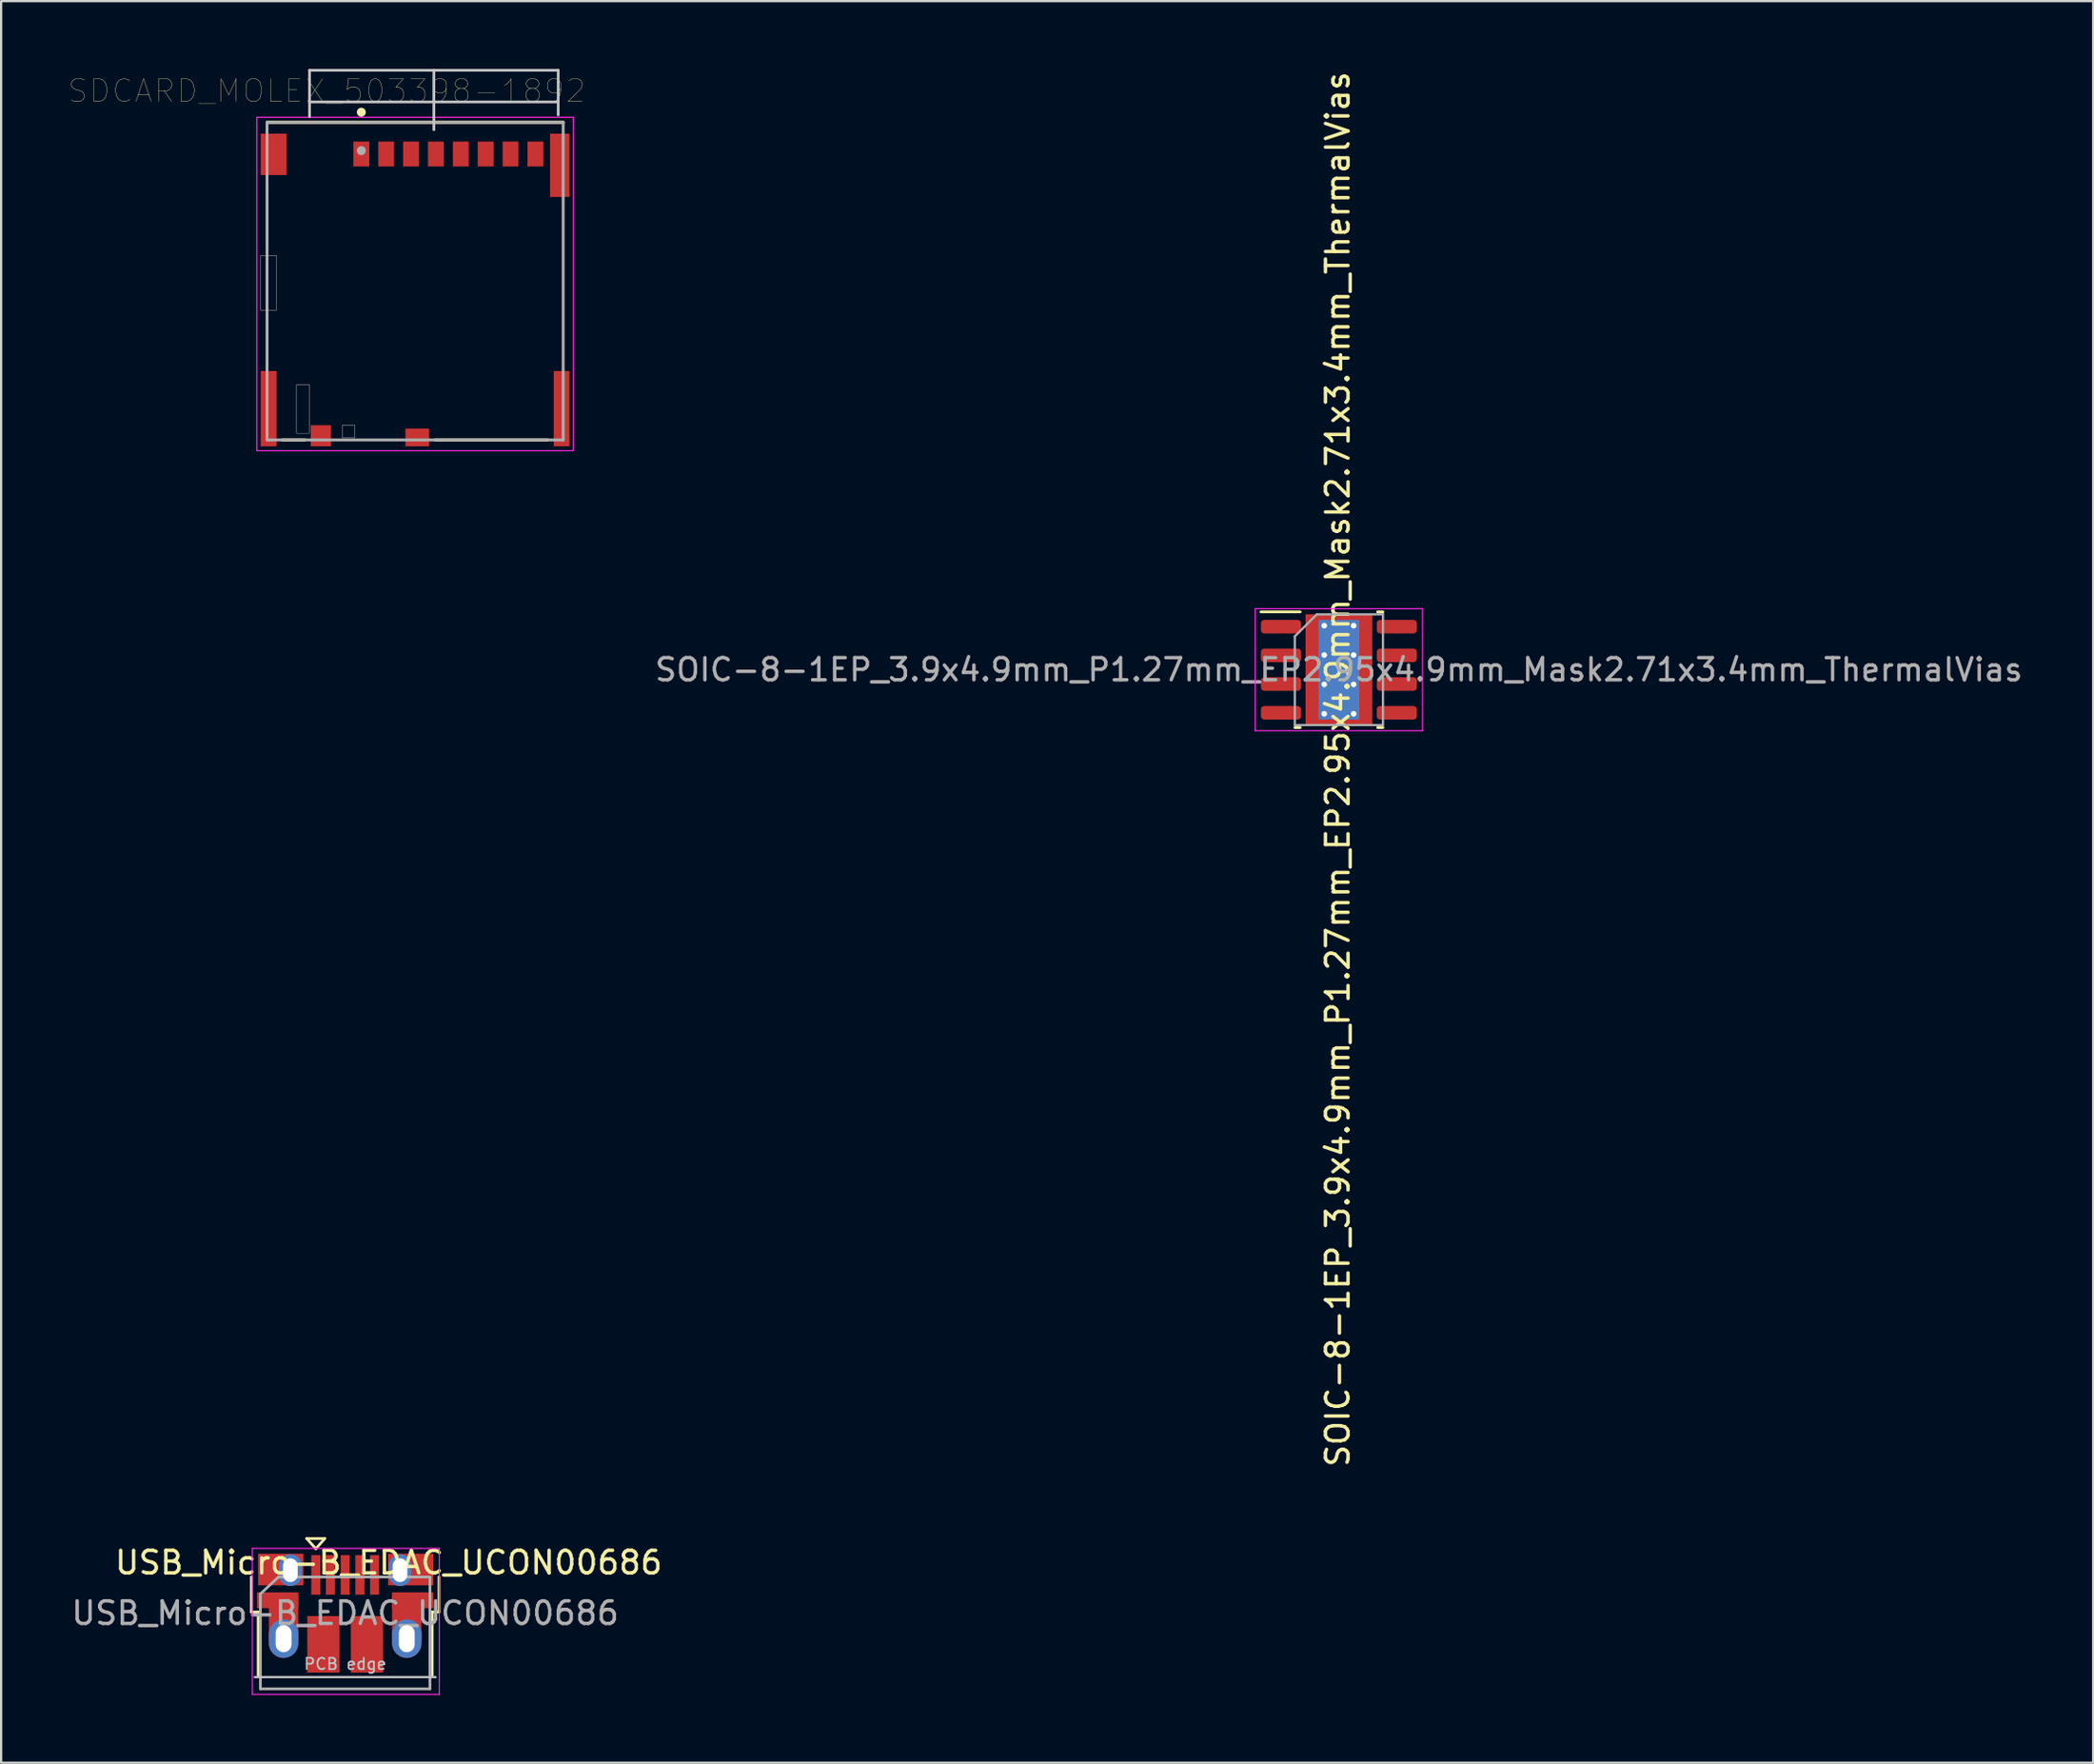
<source format=kicad_pcb>
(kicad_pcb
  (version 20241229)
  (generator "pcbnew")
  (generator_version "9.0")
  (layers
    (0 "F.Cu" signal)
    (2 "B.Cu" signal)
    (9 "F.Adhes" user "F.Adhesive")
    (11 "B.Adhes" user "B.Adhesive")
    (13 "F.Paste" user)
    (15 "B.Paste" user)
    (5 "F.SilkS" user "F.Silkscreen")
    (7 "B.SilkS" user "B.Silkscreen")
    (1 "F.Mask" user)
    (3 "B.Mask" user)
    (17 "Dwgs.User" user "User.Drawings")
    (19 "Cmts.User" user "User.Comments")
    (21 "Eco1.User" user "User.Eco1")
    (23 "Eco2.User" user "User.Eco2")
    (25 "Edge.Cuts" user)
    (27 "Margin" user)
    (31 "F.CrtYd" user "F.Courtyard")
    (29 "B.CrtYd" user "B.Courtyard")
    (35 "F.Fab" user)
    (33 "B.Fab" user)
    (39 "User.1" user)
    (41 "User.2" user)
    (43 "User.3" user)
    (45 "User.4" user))
  (footprint "USB_Micro-B_EDAC_UCON00686"
    (layer "F.Cu")
    (at 12.22 69.454)
    (property "Reference" "USB_Micro-B_EDAC_UCON00686" (at 1.925 -3.365 0) (layer "F.SilkS") (effects (font (size 1 1) (thickness 0.15))))
    (attr smd)
    (fp_line (start -4.15 -1.18) (end -4.15 -2.73) (stroke (width 0.12) (type solid)) (layer "F.SilkS"))
    (fp_line (start -4.15 -1.18) (end -3.85 -1.18) (stroke (width 0.12) (type solid)) (layer "F.SilkS"))
    (fp_line (start -3.85 1.62) (end -3.85 -1.18) (stroke (width 0.12) (type solid)) (layer "F.SilkS"))
    (fp_line (start -1.7 -4.43) (end -0.9 -4.43) (stroke (width 0.12) (type solid)) (layer "F.SilkS"))
    (fp_line (start -1.3 -3.98) (end -1.7 -4.43) (stroke (width 0.12) (type solid)) (layer "F.SilkS"))
    (fp_line (start -0.9 -4.43) (end -1.3 -3.98) (stroke (width 0.12) (type solid)) (layer "F.SilkS"))
    (fp_line (start 3.85 -1.18) (end 4.15 -1.18) (stroke (width 0.12) (type solid)) (layer "F.SilkS"))
    (fp_line (start 3.85 1.62) (end 3.85 -1.18) (stroke (width 0.12) (type solid)) (layer "F.SilkS"))
    (fp_line (start 4.15 -1.18) (end 4.15 -2.73) (stroke (width 0.12) (type solid)) (layer "F.SilkS"))
    (fp_line (start -4 1.7) (end 4 1.7) (stroke (width 0.1) (type solid)) (layer "Dwgs.User"))
    (fp_line (start -4.105 -3.995) (end -4.105 2.465) (stroke (width 0.05) (type solid)) (layer "F.CrtYd"))
    (fp_line (start -4.105 -3.995) (end 4.165 -3.995) (stroke (width 0.05) (type solid)) (layer "F.CrtYd"))
    (fp_line (start 4.165 2.465) (end -4.105 2.465) (stroke (width 0.05) (type solid)) (layer "F.CrtYd"))
    (fp_line (start 4.165 2.465) (end 4.165 -3.995) (stroke (width 0.05) (type solid)) (layer "F.CrtYd"))
    (fp_line (start -3.75 -1.98) (end -2.95 -2.73) (stroke (width 0.12) (type solid)) (layer "F.Fab"))
    (fp_line (start -3.75 2.22) (end -3.75 -1.98) (stroke (width 0.12) (type solid)) (layer "F.Fab"))
    (fp_line (start -2.95 -2.73) (end 3.75 -2.73) (stroke (width 0.12) (type solid)) (layer "F.Fab"))
    (fp_line (start 3.75 -2.73) (end 3.75 2.22) (stroke (width 0.12) (type solid)) (layer "F.Fab"))
    (fp_line (start 3.75 2.22) (end -3.75 2.22) (stroke (width 0.12) (type solid)) (layer "F.Fab"))
    (fp_text user "PCB edge" (at 0 1.12 0) (layer "Dwgs.User") (effects (font (size 0.5 0.5) (thickness 0.075))))
    (fp_text user "${REFERENCE}" (at 0 -1.13 0) (layer "F.Fab") (effects (font (size 1 1) (thickness 0.15))))
    (pad "1" smd rect (at -1.3 -2.82 90) (size 1.75 0.4) (layers "F.Cu" "F.Mask" "F.Paste"))
    (pad "2" smd rect (at -0.65 -2.82 90) (size 1.75 0.4) (layers "F.Cu" "F.Mask" "F.Paste"))
    (pad "3" smd rect (at 0 -2.82 90) (size 1.75 0.4) (layers "F.Cu" "F.Mask" "F.Paste"))
    (pad "4" smd rect (at 0.65 -2.82 90) (size 1.75 0.4) (layers "F.Cu" "F.Mask" "F.Paste"))
    (pad "5" smd rect (at 1.3 -2.82 90) (size 1.75 0.4) (layers "F.Cu" "F.Mask" "F.Paste"))
    (pad "6" smd rect (at -2.987 -1.7) (size 1.825 0.7) (layers "F.Cu" "F.Mask" "F.Paste"))
    (pad "6" smd rect (at -2.85 -3.06) (size 2 1.4) (layers "F.Cu" "F.Mask" "F.Paste"))
    (pad "6" smd rect (at -2.725 -0.93) (size 1.3 2) (layers "F.Cu" "F.Mask" "F.Paste"))
    (pad "6" thru_hole oval (at -2.725 0 90) (size 1.7 1.3) (drill oval 1.2 0.7) (layers "*.Cu" "*.Mask"))
    (pad "6" thru_hole oval (at -2.425 -3.03 90) (size 1.4 1) (drill oval 1.05 0.65) (layers "*.Cu" "*.Mask"))
    (pad "6" smd rect (at -0.963 0.25 90) (size 2.5 1.425) (layers "F.Cu" "F.Mask" "F.Paste"))
    (pad "6" smd rect (at 0.963 0.25 90) (size 2.5 1.425) (layers "F.Cu" "F.Mask" "F.Paste"))
    (pad "6" thru_hole oval (at 2.425 -3.03 90) (size 1.4 1) (drill oval 1.05 0.65) (layers "*.Cu" "*.Mask"))
    (pad "6" smd rect (at 2.725 -0.93) (size 1.3 2) (layers "F.Cu" "F.Mask" "F.Paste"))
    (pad "6" thru_hole oval (at 2.725 0 90) (size 1.7 1.3) (drill oval 1.2 0.7) (layers "*.Cu" "*.Mask"))
    (pad "6" smd rect (at 2.9 -3.06) (size 2 1.4) (layers "F.Cu" "F.Mask" "F.Paste"))
    (pad "6" smd rect (at 2.987 -1.7) (size 1.825 0.7) (layers "F.Cu" "F.Mask" "F.Paste")))
  (footprint "SDCARD_MOLEX_503398-1892"
    (layer "F.Cu")
    (at 15.314 9.39)
    (property "Reference" "SDCARD_MOLEX_503398-1892" (at -3.908 -8.416 0) (layer "F.SilkS") (effects (font (size 1.001 1.001) (thickness 0.015))))
    (attr through_hole)
    (fp_line (start -6.55 -7.025) (end 6.55 -7.025) (stroke (width 0.127) (type solid)) (layer "F.SilkS"))
    (fp_line (start -6.55 -4.325) (end -6.55 -1.425) (stroke (width 0.127) (type solid)) (layer "F.SilkS"))
    (fp_line (start -6.55 1.575) (end -6.55 3.675) (stroke (width 0.127) (type solid)) (layer "F.SilkS"))
    (fp_line (start -5.876 7.025) (end -4.874 7.025) (stroke (width 0.127) (type solid)) (layer "F.SilkS"))
    (fp_line (start 0.874 7.025) (end 5.876 7.025) (stroke (width 0.127) (type solid)) (layer "F.SilkS"))
    (fp_circle (center -2.38 -7.475) (end -2.28 -7.475) (stroke (width 0.2) (type solid)) (fill no) (layer "F.SilkS"))
    (fp_line (start -4.67 -9.33) (end -4.67 -7.28) (stroke (width 0.12) (type solid)) (layer "Dwgs.User"))
    (fp_line (start -4.67 -9.33) (end 6.33 -9.33) (stroke (width 0.12) (type solid)) (layer "Dwgs.User"))
    (fp_line (start -4.67 -7.93) (end 6.33 -7.93) (stroke (width 0.12) (type solid)) (layer "Dwgs.User"))
    (fp_line (start 0.83 -6.7) (end 0.83 -9.33) (stroke (width 0.12) (type solid)) (layer "Dwgs.User"))
    (fp_line (start 6.33 -9.33) (end 6.33 -7.35) (stroke (width 0.12) (type solid)) (layer "Dwgs.User"))
    (fp_poly (pts (xy -6.842 -1.125) (xy -6.13 -1.125) (xy -6.13 1.277) (xy -6.842 1.277)) (stroke (width 0.01) (type solid)) (fill no) (layer "Dwgs.User"))
    (fp_poly (pts (xy -6.836 -1.125) (xy -6.13 -1.125) (xy -6.13 1.276) (xy -6.836 1.276)) (stroke (width 0.01) (type solid)) (fill no) (layer "Dwgs.User"))
    (fp_poly (pts (xy -5.245 4.575) (xy -4.685 4.575) (xy -4.685 6.738) (xy -5.245 6.738)) (stroke (width 0.01) (type solid)) (fill no) (layer "Dwgs.User"))
    (fp_poly (pts (xy -5.239 4.575) (xy -4.685 4.575) (xy -4.685 6.73) (xy -5.239 6.73)) (stroke (width 0.01) (type solid)) (fill no) (layer "Dwgs.User"))
    (fp_poly (pts (xy -3.225 6.375) (xy -2.67 6.375) (xy -2.67 6.937) (xy -3.225 6.937)) (stroke (width 0.01) (type solid)) (fill no) (layer "Dwgs.User"))
    (fp_poly (pts (xy -3.223 6.375) (xy -2.67 6.375) (xy -2.67 6.93) (xy -3.223 6.93)) (stroke (width 0.01) (type solid)) (fill no) (layer "Dwgs.User"))
    (fp_poly (pts (xy -3.17 -3.725) (xy -3.17 1.275) (xy -3.82 1.275) (xy -3.82 3.875) (xy 0.57 3.875) (xy 0.57 5.125) (xy -1.73 5.125) (xy -1.73 7.305) (xy -0.43 7.305) (xy -0.43 6.525) (xy 6.13 6.525) (xy 6.13 3.975) (xy 6.83 3.975) (xy 6.83 -3.725)) (stroke (width 0.0001) (type solid)) (fill no) (layer "Dwgs.User"))
    (fp_poly (pts (xy -3.17 -3.725) (xy -3.17 1.275) (xy -3.82 1.275) (xy -3.82 3.875) (xy 0.57 3.875) (xy 0.57 5.125) (xy -1.73 5.125) (xy -1.73 7.305) (xy -0.43 7.305) (xy -0.43 6.525) (xy 6.13 6.525) (xy 6.13 3.975) (xy 6.83 3.975) (xy 6.83 -3.725)) (stroke (width 0.0001) (type solid)) (fill no) (layer "Dwgs.User"))
    (fp_line (start -7 -7.25) (end 7 -7.25) (stroke (width 0.05) (type solid)) (layer "F.CrtYd"))
    (fp_line (start -7 7.5) (end -7 -7.25) (stroke (width 0.05) (type solid)) (layer "F.CrtYd"))
    (fp_line (start 7 -7.25) (end 7 7.5) (stroke (width 0.05) (type solid)) (layer "F.CrtYd"))
    (fp_line (start 7 7.5) (end -7 7.5) (stroke (width 0.05) (type solid)) (layer "F.CrtYd"))
    (fp_line (start -6.55 -7.025) (end 6.55 -7.025) (stroke (width 0.127) (type solid)) (layer "F.Fab"))
    (fp_line (start -6.55 7.025) (end -6.55 -7.025) (stroke (width 0.127) (type solid)) (layer "F.Fab"))
    (fp_line (start 6.55 -7.025) (end 6.55 7.025) (stroke (width 0.127) (type solid)) (layer "F.Fab"))
    (fp_line (start 6.55 7.025) (end -6.55 7.025) (stroke (width 0.127) (type solid)) (layer "F.Fab"))
    (fp_circle (center -2.38 -5.775) (end -2.28 -5.775) (stroke (width 0.2) (type solid)) (fill no) (layer "F.Fab"))
    (pad "1" smd rect (at -2.38 -5.625) (size 0.7 1.1) (layers "F.Cu" "F.Mask" "F.Paste"))
    (pad "2" smd rect (at -1.28 -5.625) (size 0.7 1.1) (layers "F.Cu" "F.Mask" "F.Paste"))
    (pad "3" smd rect (at -0.18 -5.625) (size 0.7 1.1) (layers "F.Cu" "F.Mask" "F.Paste"))
    (pad "4" smd rect (at 0.92 -5.625) (size 0.7 1.1) (layers "F.Cu" "F.Mask" "F.Paste"))
    (pad "5" smd rect (at 2.02 -5.625) (size 0.7 1.1) (layers "F.Cu" "F.Mask" "F.Paste"))
    (pad "6" smd rect (at 3.12 -5.625) (size 0.7 1.1) (layers "F.Cu" "F.Mask" "F.Paste"))
    (pad "7" smd rect (at 4.22 -5.625) (size 0.7 1.1) (layers "F.Cu" "F.Mask" "F.Paste"))
    (pad "8" smd rect (at 5.32 -5.625) (size 0.7 1.1) (layers "F.Cu" "F.Mask" "F.Paste"))
    (pad "9" smd rect (at -4.17 6.84) (size 0.9 0.93) (layers "F.Cu" "F.Mask" "F.Paste"))
    (pad "10" smd rect (at 0.095 6.915) (size 1.05 0.78) (layers "F.Cu" "F.Mask" "F.Paste"))
    (pad "11" smd rect (at -6.48 5.64) (size 0.7 3.33) (layers "F.Cu" "F.Mask" "F.Paste"))
    (pad "11" smd rect (at -6.26 -5.61) (size 1.14 1.83) (layers "F.Cu" "F.Mask" "F.Paste"))
    (pad "11" smd rect (at 6.4 -5.125) (size 0.86 2.8) (layers "F.Cu" "F.Mask" "F.Paste"))
    (pad "11" smd rect (at 6.48 5.64) (size 0.7 3.33) (layers "F.Cu" "F.Mask" "F.Paste")))
  (footprint "SOIC-8-1EP_3.9x4.9mm_P1.27mm_EP2.95x4.9mm_Mask2.71x3.4mm_ThermalVias"
    (layer "F.Cu")
    (at 56.18 26.582)
    (property "Reference" "SOIC-8-1EP_3.9x4.9mm_P1.27mm_EP2.95x4.9mm_Mask2.71x3.4mm_ThermalVias" (at -0.05 4.4 90) (layer "F.SilkS") (effects (font (size 1 1) (thickness 0.15))))
    (attr smd)
    (fp_line (start -1.711 -2.56) (end -3.45 -2.56) (stroke (width 0.12) (type solid)) (layer "F.SilkS"))
    (fp_line (start -1.711 2.56) (end -1.95 2.56) (stroke (width 0.12) (type solid)) (layer "F.SilkS"))
    (fp_line (start 1.711 -2.56) (end 1.95 -2.56) (stroke (width 0.12) (type solid)) (layer "F.SilkS"))
    (fp_line (start 1.711 2.56) (end 1.95 2.56) (stroke (width 0.12) (type solid)) (layer "F.SilkS"))
    (fp_line (start -3.7 -2.7) (end -3.7 2.7) (stroke (width 0.05) (type solid)) (layer "F.CrtYd"))
    (fp_line (start -3.7 2.7) (end 3.7 2.7) (stroke (width 0.05) (type solid)) (layer "F.CrtYd"))
    (fp_line (start 3.7 -2.7) (end -3.7 -2.7) (stroke (width 0.05) (type solid)) (layer "F.CrtYd"))
    (fp_line (start 3.7 2.7) (end 3.7 -2.7) (stroke (width 0.05) (type solid)) (layer "F.CrtYd"))
    (fp_line (start -1.95 -1.475) (end -0.975 -2.45) (stroke (width 0.1) (type solid)) (layer "F.Fab"))
    (fp_line (start -1.95 2.45) (end -1.95 -1.475) (stroke (width 0.1) (type solid)) (layer "F.Fab"))
    (fp_line (start -0.975 -2.45) (end 1.95 -2.45) (stroke (width 0.1) (type solid)) (layer "F.Fab"))
    (fp_line (start 1.95 -2.45) (end 1.95 2.45) (stroke (width 0.1) (type solid)) (layer "F.Fab"))
    (fp_line (start 1.95 2.45) (end -1.95 2.45) (stroke (width 0.1) (type solid)) (layer "F.Fab"))
    (fp_text user "${REFERENCE}" (at 0 0 0) (layer "F.Fab") (effects (font (size 0.98 0.98) (thickness 0.15))))
    (pad "" smd roundrect (at -0.68 -0.85) (size 1.13 1.42) (layers "F.Paste") (roundrect_rratio 0.221))
    (pad "" smd roundrect (at -0.68 0.85) (size 1.13 1.42) (layers "F.Paste") (roundrect_rratio 0.221))
    (pad "" smd rect (at 0 0) (size 2.71 3.4) (layers "F.Mask"))
    (pad "" smd roundrect (at 0.68 -0.85) (size 1.13 1.42) (layers "F.Paste") (roundrect_rratio 0.221))
    (pad "" smd roundrect (at 0.68 0.85) (size 1.13 1.42) (layers "F.Paste") (roundrect_rratio 0.221))
    (pad "1" smd roundrect (at -2.562 -1.905) (size 1.775 0.6) (layers "F.Cu" "F.Mask" "F.Paste") (roundrect_rratio 0.25))
    (pad "2" smd roundrect (at -2.562 -0.635) (size 1.775 0.6) (layers "F.Cu" "F.Mask" "F.Paste") (roundrect_rratio 0.25))
    (pad "3" smd roundrect (at -2.562 0.635) (size 1.775 0.6) (layers "F.Cu" "F.Mask" "F.Paste") (roundrect_rratio 0.25))
    (pad "4" smd roundrect (at -2.562 1.905) (size 1.775 0.6) (layers "F.Cu" "F.Mask" "F.Paste") (roundrect_rratio 0.25))
    (pad "5" smd roundrect (at 2.562 1.905) (size 1.775 0.6) (layers "F.Cu" "F.Mask" "F.Paste") (roundrect_rratio 0.25))
    (pad "6" smd roundrect (at 2.562 0.635) (size 1.775 0.6) (layers "F.Cu" "F.Mask" "F.Paste") (roundrect_rratio 0.25))
    (pad "7" smd roundrect (at 2.562 -0.635) (size 1.775 0.6) (layers "F.Cu" "F.Mask" "F.Paste") (roundrect_rratio 0.25))
    (pad "8" smd roundrect (at 2.562 -1.905) (size 1.775 0.6) (layers "F.Cu" "F.Mask" "F.Paste") (roundrect_rratio 0.25))
    (pad "9" thru_hole circle (at -0.65 -1.95) (size 0.5 0.5) (drill 0.25) (layers "*.Cu"))
    (pad "9" thru_hole circle (at -0.65 -0.65) (size 0.5 0.5) (drill 0.25) (layers "*.Cu"))
    (pad "9" thru_hole circle (at -0.65 0.65 270) (size 0.5 0.5) (drill 0.25) (layers "*.Cu"))
    (pad "9" thru_hole circle (at -0.65 1.95) (size 0.5 0.5) (drill 0.25) (layers "*.Cu"))
    (pad "9" smd rect (at 0 0) (size 1.8 4.4) (layers "B.Cu" "B.Mask"))
    (pad "9" smd rect (at 0 0) (size 2.95 4.9) (layers "F.Cu"))
    (pad "9" thru_hole circle (at 0.65 -1.95) (size 0.5 0.5) (drill 0.25) (layers "*.Cu"))
    (pad "9" thru_hole circle (at 0.65 -0.65) (size 0.5 0.5) (drill 0.25) (layers "*.Cu"))
    (pad "9" thru_hole circle (at 0.65 0.65) (size 0.5 0.5) (drill 0.25) (layers "*.Cu"))
    (pad "9" thru_hole circle (at 0.65 1.95) (size 0.5 0.5) (drill 0.25) (layers "*.Cu")))
  (gr_rect
    (start -3 -3)
    (end 89.547 74.944)
    (stroke (width 0.1) (type default))
    (fill no)
    (layer "Edge.Cuts")))
</source>
